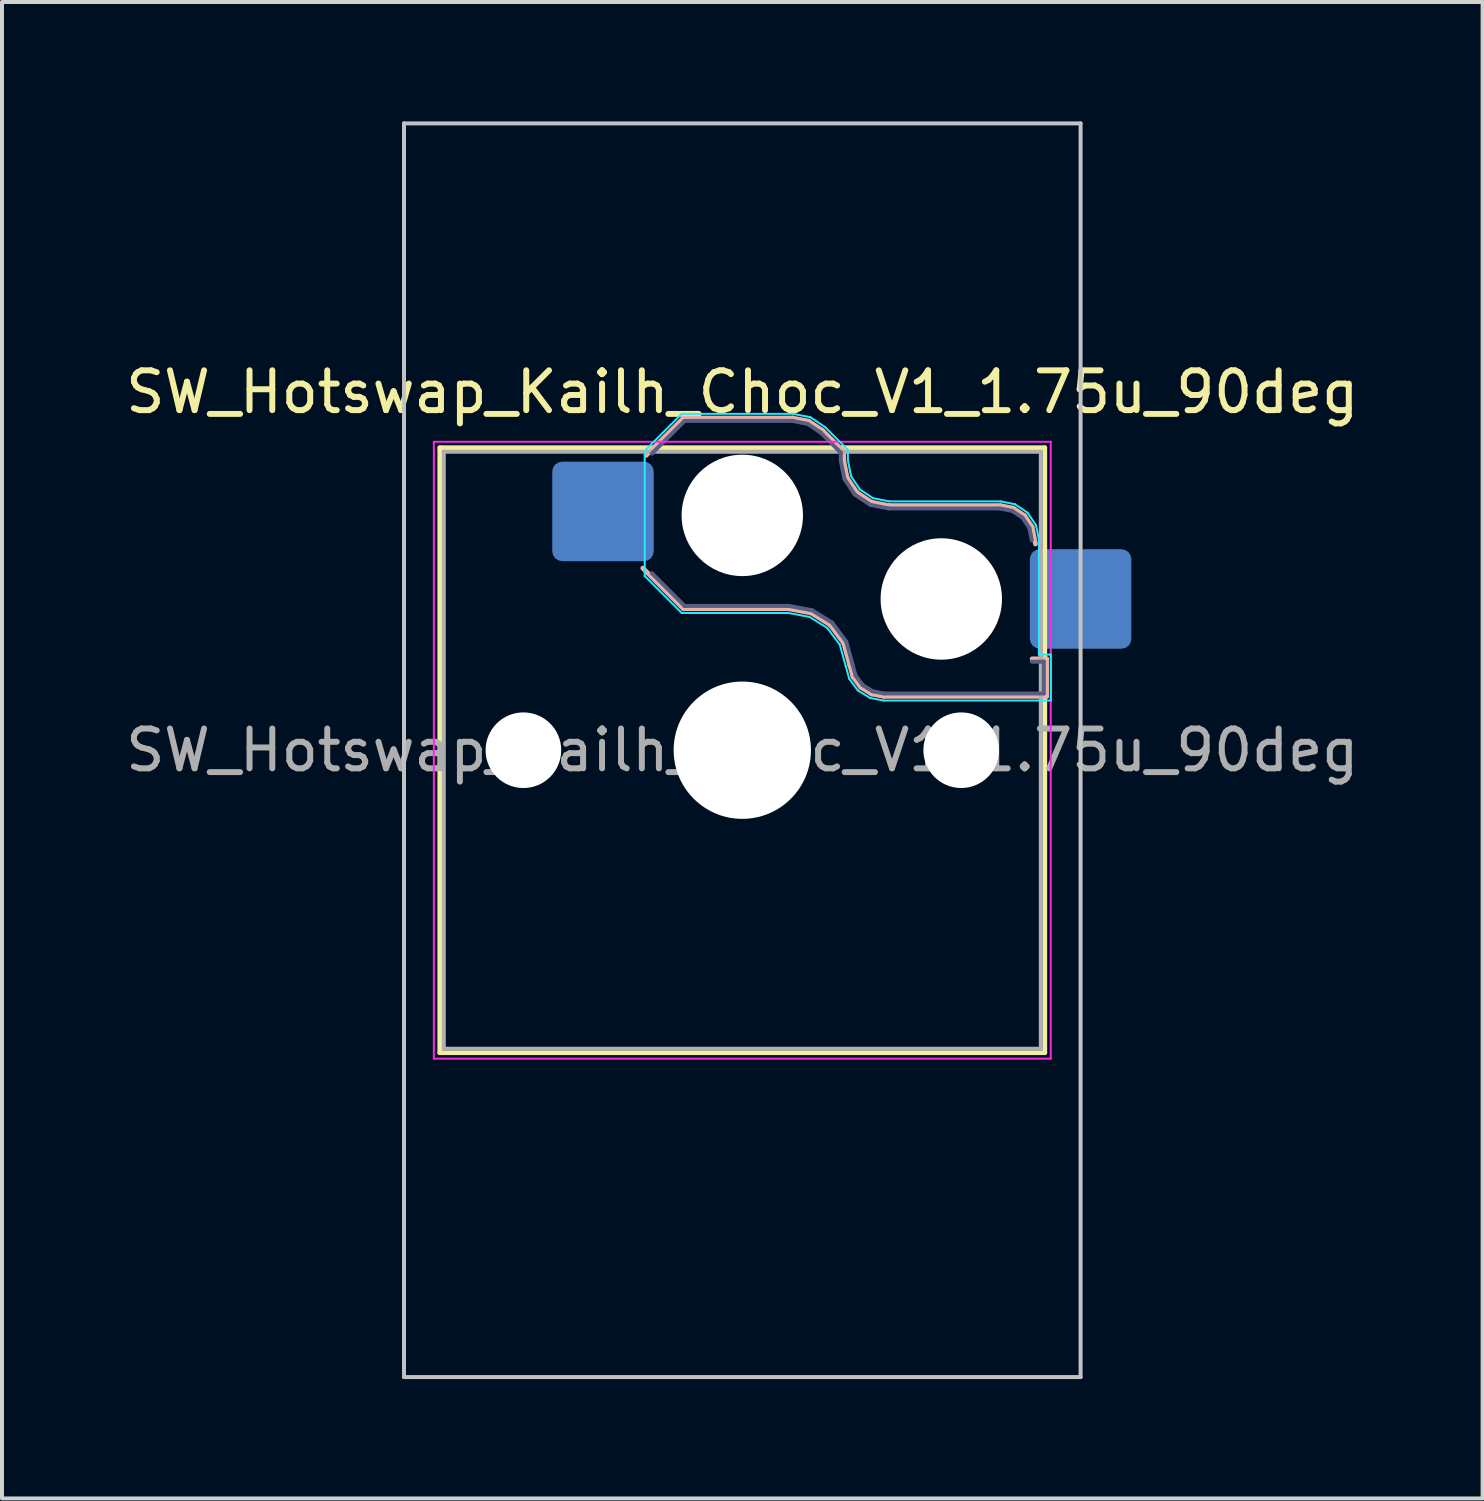
<source format=kicad_pcb>
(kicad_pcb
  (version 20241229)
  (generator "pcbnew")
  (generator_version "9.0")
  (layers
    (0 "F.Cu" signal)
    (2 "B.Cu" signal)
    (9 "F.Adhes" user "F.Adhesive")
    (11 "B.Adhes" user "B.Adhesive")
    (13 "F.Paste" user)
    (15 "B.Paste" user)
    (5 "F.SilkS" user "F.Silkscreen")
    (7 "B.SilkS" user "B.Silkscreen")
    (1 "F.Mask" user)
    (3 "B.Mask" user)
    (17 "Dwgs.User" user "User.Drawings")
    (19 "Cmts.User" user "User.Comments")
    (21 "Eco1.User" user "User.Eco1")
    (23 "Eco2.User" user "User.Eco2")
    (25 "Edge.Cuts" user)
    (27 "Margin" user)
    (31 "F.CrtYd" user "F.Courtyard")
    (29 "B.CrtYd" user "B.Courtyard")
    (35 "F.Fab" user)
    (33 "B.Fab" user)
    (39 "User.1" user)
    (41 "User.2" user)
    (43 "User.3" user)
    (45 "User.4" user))
  (footprint "SW_Hotswap_Kailh_Choc_V1_1.75u_90deg"
    (layer "F.Cu")
    (at 15.601 15.8)
    (property "Reference" "SW_Hotswap_Kailh_Choc_V1_1.75u_90deg" (at 0 -9 0) (layer "F.SilkS") (effects (font (size 1 1) (thickness 0.15))))
    (attr smd)
    (fp_line (start -7.6 -7.6) (end -7.6 7.6) (stroke (width 0.12) (type solid)) (layer "F.SilkS"))
    (fp_line (start -7.6 7.6) (end 7.6 7.6) (stroke (width 0.12) (type solid)) (layer "F.SilkS"))
    (fp_line (start 7.6 -7.6) (end -7.6 -7.6) (stroke (width 0.12) (type solid)) (layer "F.SilkS"))
    (fp_line (start 7.6 7.6) (end 7.6 -7.6) (stroke (width 0.12) (type solid)) (layer "F.SilkS"))
    (fp_line (start -2.416 -7.409) (end -1.479 -8.346) (stroke (width 0.12) (type solid)) (layer "B.SilkS"))
    (fp_line (start -1.479 -8.346) (end 1.268 -8.346) (stroke (width 0.12) (type solid)) (layer "B.SilkS"))
    (fp_line (start -1.479 -3.554) (end -2.5 -4.575) (stroke (width 0.12) (type solid)) (layer "B.SilkS"))
    (fp_line (start 1.168 -3.554) (end -1.479 -3.554) (stroke (width 0.12) (type solid)) (layer "B.SilkS"))
    (fp_line (start 1.268 -8.346) (end 1.671 -8.266) (stroke (width 0.12) (type solid)) (layer "B.SilkS"))
    (fp_line (start 1.671 -8.266) (end 2.013 -8.037) (stroke (width 0.12) (type solid)) (layer "B.SilkS"))
    (fp_line (start 1.73 -3.449) (end 1.168 -3.554) (stroke (width 0.12) (type solid)) (layer "B.SilkS"))
    (fp_line (start 2.013 -8.037) (end 2.546 -7.504) (stroke (width 0.12) (type solid)) (layer "B.SilkS"))
    (fp_line (start 2.209 -3.15) (end 1.73 -3.449) (stroke (width 0.12) (type solid)) (layer "B.SilkS"))
    (fp_line (start 2.546 -7.504) (end 2.546 -7.282) (stroke (width 0.12) (type solid)) (layer "B.SilkS"))
    (fp_line (start 2.546 -7.282) (end 2.633 -6.844) (stroke (width 0.12) (type solid)) (layer "B.SilkS"))
    (fp_line (start 2.547 -2.697) (end 2.209 -3.15) (stroke (width 0.12) (type solid)) (layer "B.SilkS"))
    (fp_line (start 2.633 -6.844) (end 2.877 -6.477) (stroke (width 0.12) (type solid)) (layer "B.SilkS"))
    (fp_line (start 2.701 -2.139) (end 2.547 -2.697) (stroke (width 0.12) (type solid)) (layer "B.SilkS"))
    (fp_line (start 2.783 -1.841) (end 2.701 -2.139) (stroke (width 0.12) (type solid)) (layer "B.SilkS"))
    (fp_line (start 2.877 -6.477) (end 3.244 -6.233) (stroke (width 0.12) (type solid)) (layer "B.SilkS"))
    (fp_line (start 2.976 -1.583) (end 2.783 -1.841) (stroke (width 0.12) (type solid)) (layer "B.SilkS"))
    (fp_line (start 3.244 -6.233) (end 3.682 -6.146) (stroke (width 0.12) (type solid)) (layer "B.SilkS"))
    (fp_line (start 3.25 -1.413) (end 2.976 -1.583) (stroke (width 0.12) (type solid)) (layer "B.SilkS"))
    (fp_line (start 3.56 -1.354) (end 3.25 -1.413) (stroke (width 0.12) (type solid)) (layer "B.SilkS"))
    (fp_line (start 3.682 -6.146) (end 6.482 -6.146) (stroke (width 0.12) (type solid)) (layer "B.SilkS"))
    (fp_line (start 6.482 -6.146) (end 6.809 -6.081) (stroke (width 0.12) (type solid)) (layer "B.SilkS"))
    (fp_line (start 6.809 -6.081) (end 7.092 -5.892) (stroke (width 0.12) (type solid)) (layer "B.SilkS"))
    (fp_line (start 7.092 -5.892) (end 7.281 -5.609) (stroke (width 0.12) (type solid)) (layer "B.SilkS"))
    (fp_line (start 7.281 -5.609) (end 7.366 -5.182) (stroke (width 0.12) (type solid)) (layer "B.SilkS"))
    (fp_line (start 7.283 -2.296) (end 7.646 -2.296) (stroke (width 0.12) (type solid)) (layer "B.SilkS"))
    (fp_line (start 7.646 -2.296) (end 7.646 -1.354) (stroke (width 0.12) (type solid)) (layer "B.SilkS"))
    (fp_line (start 7.646 -1.354) (end 3.56 -1.354) (stroke (width 0.12) (type solid)) (layer "B.SilkS"))
    (fp_line (start -8.5 -15.75) (end 8.5 -15.75) (stroke (width 0.1) (type solid)) (layer "Dwgs.User"))
    (fp_line (start -8.5 15.75) (end -8.5 -15.75) (stroke (width 0.1) (type solid)) (layer "Dwgs.User"))
    (fp_line (start 8.5 -15.75) (end 8.5 15.75) (stroke (width 0.1) (type solid)) (layer "Dwgs.User"))
    (fp_line (start 8.5 15.75) (end -8.5 15.75) (stroke (width 0.1) (type solid)) (layer "Dwgs.User"))
    (fp_line (start -7.25 -7.25) (end -7.25 7.25) (stroke (width 0.1) (type solid)) (layer "Eco1.User"))
    (fp_line (start -7.25 7.25) (end 7.25 7.25) (stroke (width 0.1) (type solid)) (layer "Eco1.User"))
    (fp_line (start 7.25 -7.25) (end -7.25 -7.25) (stroke (width 0.1) (type solid)) (layer "Eco1.User"))
    (fp_line (start 7.25 7.25) (end 7.25 -7.25) (stroke (width 0.1) (type solid)) (layer "Eco1.User"))
    (fp_line (start -2.452 -7.523) (end -1.523 -8.452) (stroke (width 0.05) (type solid)) (layer "B.CrtYd"))
    (fp_line (start -2.452 -4.377) (end -2.452 -7.523) (stroke (width 0.05) (type solid)) (layer "B.CrtYd"))
    (fp_line (start -1.523 -8.452) (end 1.278 -8.452) (stroke (width 0.05) (type solid)) (layer "B.CrtYd"))
    (fp_line (start -1.523 -3.448) (end -2.452 -4.377) (stroke (width 0.05) (type solid)) (layer "B.CrtYd"))
    (fp_line (start 1.159 -3.448) (end -1.523 -3.448) (stroke (width 0.05) (type solid)) (layer "B.CrtYd"))
    (fp_line (start 1.278 -8.452) (end 1.712 -8.366) (stroke (width 0.05) (type solid)) (layer "B.CrtYd"))
    (fp_line (start 1.691 -3.348) (end 1.159 -3.448) (stroke (width 0.05) (type solid)) (layer "B.CrtYd"))
    (fp_line (start 1.712 -8.366) (end 2.081 -8.119) (stroke (width 0.05) (type solid)) (layer "B.CrtYd"))
    (fp_line (start 2.081 -8.119) (end 2.652 -7.548) (stroke (width 0.05) (type solid)) (layer "B.CrtYd"))
    (fp_line (start 2.136 -3.071) (end 1.691 -3.348) (stroke (width 0.05) (type solid)) (layer "B.CrtYd"))
    (fp_line (start 2.45 -2.65) (end 2.136 -3.071) (stroke (width 0.05) (type solid)) (layer "B.CrtYd"))
    (fp_line (start 2.599 -2.111) (end 2.45 -2.65) (stroke (width 0.05) (type solid)) (layer "B.CrtYd"))
    (fp_line (start 2.652 -7.548) (end 2.652 -7.292) (stroke (width 0.05) (type solid)) (layer "B.CrtYd"))
    (fp_line (start 2.652 -7.292) (end 2.733 -6.885) (stroke (width 0.05) (type solid)) (layer "B.CrtYd"))
    (fp_line (start 2.687 -1.794) (end 2.599 -2.111) (stroke (width 0.05) (type solid)) (layer "B.CrtYd"))
    (fp_line (start 2.733 -6.885) (end 2.953 -6.553) (stroke (width 0.05) (type solid)) (layer "B.CrtYd"))
    (fp_line (start 2.903 -1.503) (end 2.687 -1.794) (stroke (width 0.05) (type solid)) (layer "B.CrtYd"))
    (fp_line (start 2.953 -6.553) (end 3.285 -6.333) (stroke (width 0.05) (type solid)) (layer "B.CrtYd"))
    (fp_line (start 3.211 -1.312) (end 2.903 -1.503) (stroke (width 0.05) (type solid)) (layer "B.CrtYd"))
    (fp_line (start 3.285 -6.333) (end 3.692 -6.252) (stroke (width 0.05) (type solid)) (layer "B.CrtYd"))
    (fp_line (start 3.55 -1.248) (end 3.211 -1.312) (stroke (width 0.05) (type solid)) (layer "B.CrtYd"))
    (fp_line (start 3.692 -6.252) (end 6.492 -6.252) (stroke (width 0.05) (type solid)) (layer "B.CrtYd"))
    (fp_line (start 6.492 -6.252) (end 6.85 -6.181) (stroke (width 0.05) (type solid)) (layer "B.CrtYd"))
    (fp_line (start 6.85 -6.181) (end 7.168 -5.968) (stroke (width 0.05) (type solid)) (layer "B.CrtYd"))
    (fp_line (start 7.168 -5.968) (end 7.381 -5.65) (stroke (width 0.05) (type solid)) (layer "B.CrtYd"))
    (fp_line (start 7.381 -5.65) (end 7.452 -5.292) (stroke (width 0.05) (type solid)) (layer "B.CrtYd"))
    (fp_line (start 7.452 -5.292) (end 7.452 -2.402) (stroke (width 0.05) (type solid)) (layer "B.CrtYd"))
    (fp_line (start 7.452 -2.402) (end 7.752 -2.402) (stroke (width 0.05) (type solid)) (layer "B.CrtYd"))
    (fp_line (start 7.752 -2.402) (end 7.752 -1.248) (stroke (width 0.05) (type solid)) (layer "B.CrtYd"))
    (fp_line (start 7.752 -1.248) (end 3.55 -1.248) (stroke (width 0.05) (type solid)) (layer "B.CrtYd"))
    (fp_line (start -7.75 -7.75) (end -7.75 7.75) (stroke (width 0.05) (type solid)) (layer "F.CrtYd"))
    (fp_line (start -7.75 7.75) (end 7.75 7.75) (stroke (width 0.05) (type solid)) (layer "F.CrtYd"))
    (fp_line (start 7.75 -7.75) (end -7.75 -7.75) (stroke (width 0.05) (type solid)) (layer "F.CrtYd"))
    (fp_line (start 7.75 7.75) (end 7.75 -7.75) (stroke (width 0.05) (type solid)) (layer "F.CrtYd"))
    (fp_line (start -2.275 -7.45) (end -1.45 -8.275) (stroke (width 0.1) (type solid)) (layer "B.Fab"))
    (fp_line (start -1.45 -8.275) (end 1.261 -8.275) (stroke (width 0.1) (type solid)) (layer "B.Fab"))
    (fp_line (start -1.45 -3.625) (end -2.275 -4.45) (stroke (width 0.1) (type solid)) (layer "B.Fab"))
    (fp_line (start 1.175 -3.625) (end -1.45 -3.625) (stroke (width 0.1) (type solid)) (layer "B.Fab"))
    (fp_line (start 1.261 -8.275) (end 1.643 -8.199) (stroke (width 0.1) (type solid)) (layer "B.Fab"))
    (fp_line (start 1.643 -8.199) (end 1.968 -7.982) (stroke (width 0.1) (type solid)) (layer "B.Fab"))
    (fp_line (start 1.756 -3.516) (end 1.175 -3.625) (stroke (width 0.1) (type solid)) (layer "B.Fab"))
    (fp_line (start 1.968 -7.982) (end 2.475 -7.475) (stroke (width 0.1) (type solid)) (layer "B.Fab"))
    (fp_line (start 2.258 -3.203) (end 1.756 -3.516) (stroke (width 0.1) (type solid)) (layer "B.Fab"))
    (fp_line (start 2.475 -7.475) (end 2.475 -7.275) (stroke (width 0.1) (type solid)) (layer "B.Fab"))
    (fp_line (start 2.475 -7.275) (end 2.566 -6.816) (stroke (width 0.1) (type solid)) (layer "B.Fab"))
    (fp_line (start 2.566 -6.816) (end 2.826 -6.426) (stroke (width 0.1) (type solid)) (layer "B.Fab"))
    (fp_line (start 2.612 -2.729) (end 2.258 -3.203) (stroke (width 0.1) (type solid)) (layer "B.Fab"))
    (fp_line (start 2.769 -2.158) (end 2.612 -2.729) (stroke (width 0.1) (type solid)) (layer "B.Fab"))
    (fp_line (start 2.826 -6.426) (end 3.216 -6.166) (stroke (width 0.1) (type solid)) (layer "B.Fab"))
    (fp_line (start 2.848 -1.873) (end 2.769 -2.158) (stroke (width 0.1) (type solid)) (layer "B.Fab"))
    (fp_line (start 3.025 -1.636) (end 2.848 -1.873) (stroke (width 0.1) (type solid)) (layer "B.Fab"))
    (fp_line (start 3.216 -6.166) (end 3.675 -6.075) (stroke (width 0.1) (type solid)) (layer "B.Fab"))
    (fp_line (start 3.276 -1.48) (end 3.025 -1.636) (stroke (width 0.1) (type solid)) (layer "B.Fab"))
    (fp_line (start 3.567 -1.425) (end 3.276 -1.48) (stroke (width 0.1) (type solid)) (layer "B.Fab"))
    (fp_line (start 3.675 -6.075) (end 6.475 -6.075) (stroke (width 0.1) (type solid)) (layer "B.Fab"))
    (fp_line (start 6.475 -6.075) (end 6.781 -6.014) (stroke (width 0.1) (type solid)) (layer "B.Fab"))
    (fp_line (start 6.781 -6.014) (end 7.041 -5.841) (stroke (width 0.1) (type solid)) (layer "B.Fab"))
    (fp_line (start 7.041 -5.841) (end 7.214 -5.581) (stroke (width 0.1) (type solid)) (layer "B.Fab"))
    (fp_line (start 7.214 -5.581) (end 7.275 -5.275) (stroke (width 0.1) (type solid)) (layer "B.Fab"))
    (fp_line (start 7.275 -2.225) (end 7.575 -2.225) (stroke (width 0.1) (type solid)) (layer "B.Fab"))
    (fp_line (start 7.575 -2.225) (end 7.575 -1.425) (stroke (width 0.1) (type solid)) (layer "B.Fab"))
    (fp_line (start 7.575 -1.425) (end 3.567 -1.425) (stroke (width 0.1) (type solid)) (layer "B.Fab"))
    (fp_line (start -7.5 -7.5) (end -7.5 7.5) (stroke (width 0.1) (type solid)) (layer "F.Fab"))
    (fp_line (start -7.5 7.5) (end 7.5 7.5) (stroke (width 0.1) (type solid)) (layer "F.Fab"))
    (fp_line (start 7.5 -7.5) (end -7.5 -7.5) (stroke (width 0.1) (type solid)) (layer "F.Fab"))
    (fp_line (start 7.5 7.5) (end 7.5 -7.5) (stroke (width 0.1) (type solid)) (layer "F.Fab"))
    (fp_text user "${REFERENCE}" (at 0 0 0) (layer "F.Fab") (effects (font (size 1 1) (thickness 0.15))))
    (pad "" np_thru_hole circle (at -5.5 0) (size 1.9 1.9) (drill 1.9) (layers "*.Cu" "*.Mask"))
    (pad "" np_thru_hole circle (at 0 -5.9) (size 3.05 3.05) (drill 3.05) (layers "*.Cu" "*.Mask"))
    (pad "" np_thru_hole circle (at 0 0) (size 3.45 3.45) (drill 3.45) (layers "*.Cu" "*.Mask"))
    (pad "" np_thru_hole circle (at 5 -3.8) (size 3.05 3.05) (drill 3.05) (layers "*.Cu" "*.Mask"))
    (pad "" np_thru_hole circle (at 5.5 0) (size 1.9 1.9) (drill 1.9) (layers "*.Cu" "*.Mask"))
    (pad "1" smd roundrect (at -3.5 -6) (size 2.55 2.5) (layers "B.Cu" "B.Mask" "B.Paste") (roundrect_rratio 0.1))
    (pad "2" smd roundrect (at 8.5 -3.8) (size 2.55 2.5) (layers "B.Cu" "B.Mask" "B.Paste") (roundrect_rratio 0.1)))
  (gr_rect
    (start -3 -3)
    (end 34.202 34.6)
    (stroke (width 0.1) (type default))
    (fill no)
    (layer "Edge.Cuts")))
</source>
